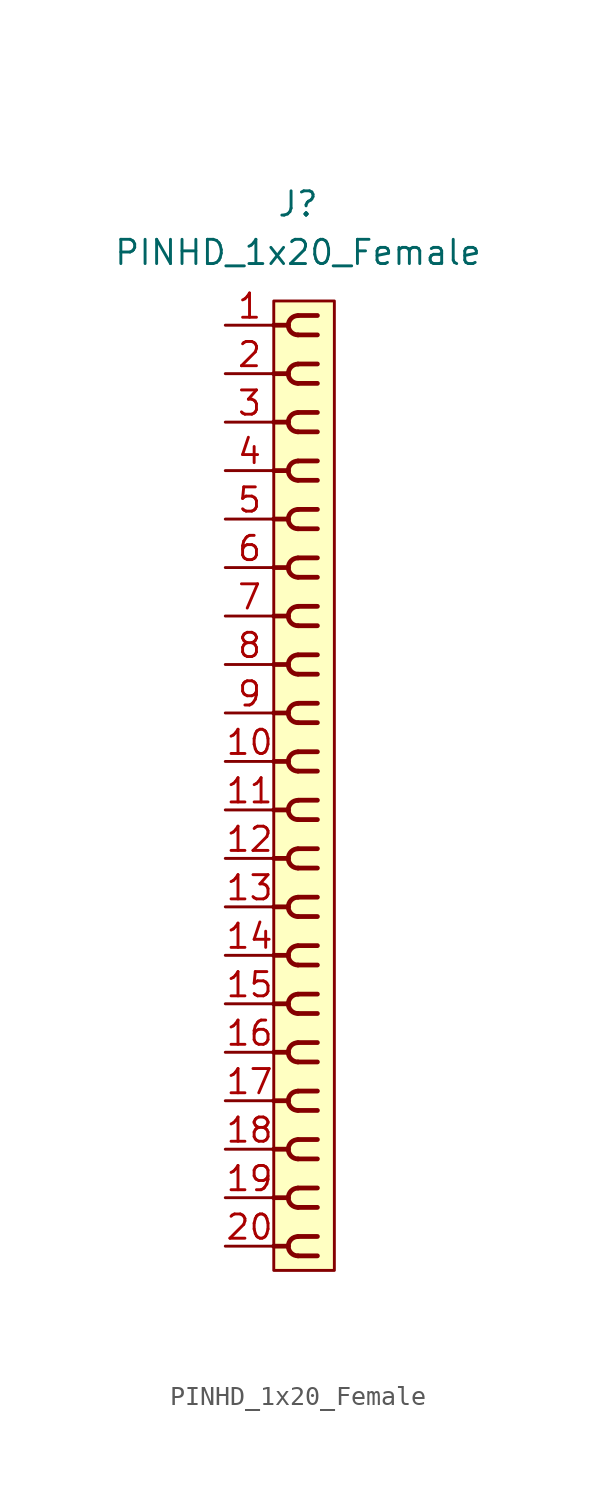
<source format=kicad_sym>
(kicad_symbol_lib
  (version 20220914)
  (generator kicad_symbol_editor)
  (symbol "PINHD_1x20_Female"
    (property "Reference" "J"
      (at 0 30.48 0)
      (effects (font (size 1.27 1.27))))
    (property "Value" "PINHD_1x20_Female"
      (at 0 27.94 0)
      (effects (font (size 1.27 1.27))))
    (symbol "PINHD_1x20_Female_0_1"
      (rectangle (start -1.27 25.4) (end 1.905 -25.4) (stroke (width 0) (type default)) (fill (type background)))
      (arc (start -0.508 -24.13) (mid -0.3592 -24.4892) (end 0 -24.638) (stroke (width 0.25) (type default)) (fill (type none)))
      (arc (start -0.508 -21.59) (mid -0.3592 -21.9492) (end 0 -22.098) (stroke (width 0.25) (type default)) (fill (type none)))
      (arc (start -0.508 -19.05) (mid -0.3592 -19.4092) (end 0 -19.558) (stroke (width 0.25) (type default)) (fill (type none)))
      (arc (start -0.508 -16.51) (mid -0.3592 -16.8692) (end 0 -17.018) (stroke (width 0.25) (type default)) (fill (type none)))
      (arc (start -0.508 -13.97) (mid -0.3592 -14.3292) (end 0 -14.478) (stroke (width 0.25) (type default)) (fill (type none)))
      (arc (start -0.508 -11.43) (mid -0.3592 -11.7892) (end 0 -11.938) (stroke (width 0.25) (type default)) (fill (type none)))
      (arc (start -0.508 -8.89) (mid -0.3592 -9.2492) (end 0 -9.398) (stroke (width 0.25) (type default)) (fill (type none)))
      (arc (start -0.508 -6.35) (mid -0.3592 -6.7092) (end 0 -6.858) (stroke (width 0.25) (type default)) (fill (type none)))
      (arc (start -0.508 -3.81) (mid -0.3592 -4.1692) (end 0 -4.318) (stroke (width 0.25) (type default)) (fill (type none)))
      (arc (start -0.508 -1.27) (mid -0.3592 -1.6292) (end 0 -1.778) (stroke (width 0.25) (type default)) (fill (type none)))
      (arc (start -0.508 1.27) (mid -0.3592 0.9108) (end 0 0.762) (stroke (width 0.25) (type default)) (fill (type none)))
      (arc (start -0.508 3.81) (mid -0.3592 3.4508) (end 0 3.302) (stroke (width 0.25) (type default)) (fill (type none)))
      (arc (start -0.508 6.35) (mid -0.3592 5.9908) (end 0 5.842) (stroke (width 0.25) (type default)) (fill (type none)))
      (arc (start -0.508 8.89) (mid -0.3592 8.5308) (end 0 8.382) (stroke (width 0.25) (type default)) (fill (type none)))
      (arc (start -0.508 11.43) (mid -0.3592 11.0708) (end 0 10.922) (stroke (width 0.25) (type default)) (fill (type none)))
      (arc (start -0.508 13.97) (mid -0.3592 13.6108) (end 0 13.462) (stroke (width 0.25) (type default)) (fill (type none)))
      (arc (start -0.508 16.51) (mid -0.3592 16.1508) (end 0 16.002) (stroke (width 0.25) (type default)) (fill (type none)))
      (arc (start -0.508 19.05) (mid -0.3592 18.6908) (end 0 18.542) (stroke (width 0.25) (type default)) (fill (type none)))
      (arc (start -0.508 21.59) (mid -0.3592 21.2308) (end 0 21.082) (stroke (width 0.25) (type default)) (fill (type none)))
      (arc (start -0.508 24.13) (mid -0.3592 23.7708) (end 0 23.622) (stroke (width 0.25) (type default)) (fill (type none)))
      (arc (start 0 -23.622) (mid -0.3592 -23.7708) (end -0.508 -24.13) (stroke (width 0.25) (type default)) (fill (type none)))
      (arc (start 0 -21.082) (mid -0.3592 -21.2308) (end -0.508 -21.59) (stroke (width 0.25) (type default)) (fill (type none)))
      (arc (start 0 -18.542) (mid -0.3592 -18.6908) (end -0.508 -19.05) (stroke (width 0.25) (type default)) (fill (type none)))
      (arc (start 0 -16.002) (mid -0.3592 -16.1508) (end -0.508 -16.51) (stroke (width 0.25) (type default)) (fill (type none)))
      (arc (start 0 -13.462) (mid -0.3592 -13.6108) (end -0.508 -13.97) (stroke (width 0.25) (type default)) (fill (type none)))
      (arc (start 0 -10.922) (mid -0.3592 -11.0708) (end -0.508 -11.43) (stroke (width 0.25) (type default)) (fill (type none)))
      (arc (start 0 -8.382) (mid -0.3592 -8.5308) (end -0.508 -8.89) (stroke (width 0.25) (type default)) (fill (type none)))
      (arc (start 0 -5.842) (mid -0.3592 -5.9908) (end -0.508 -6.35) (stroke (width 0.25) (type default)) (fill (type none)))
      (arc (start 0 -3.302) (mid -0.3592 -3.4508) (end -0.508 -3.81) (stroke (width 0.25) (type default)) (fill (type none)))
      (arc (start 0 -0.762) (mid -0.3592 -0.9108) (end -0.508 -1.27) (stroke (width 0.25) (type default)) (fill (type none)))
      (polyline (pts (xy -1.27 -24.13) (xy -0.508 -24.13)) (stroke (width 0.25) (type default)) (fill (type none)))
      (polyline (pts (xy -1.27 -21.59) (xy -0.508 -21.59)) (stroke (width 0.25) (type default)) (fill (type none)))
      (polyline (pts (xy -1.27 -19.05) (xy -0.508 -19.05)) (stroke (width 0.25) (type default)) (fill (type none)))
      (polyline (pts (xy -1.27 -16.51) (xy -0.508 -16.51)) (stroke (width 0.25) (type default)) (fill (type none)))
      (polyline (pts (xy -1.27 -13.97) (xy -0.508 -13.97)) (stroke (width 0.25) (type default)) (fill (type none)))
      (polyline (pts (xy -1.27 -11.43) (xy -0.508 -11.43)) (stroke (width 0.25) (type default)) (fill (type none)))
      (polyline (pts (xy -1.27 -8.89) (xy -0.508 -8.89)) (stroke (width 0.25) (type default)) (fill (type none)))
      (polyline (pts (xy -1.27 -6.35) (xy -0.508 -6.35)) (stroke (width 0.25) (type default)) (fill (type none)))
      (polyline (pts (xy -1.27 -3.81) (xy -0.508 -3.81)) (stroke (width 0.25) (type default)) (fill (type none)))
      (polyline (pts (xy -1.27 -1.27) (xy -0.508 -1.27)) (stroke (width 0.25) (type default)) (fill (type none)))
      (polyline (pts (xy -1.27 1.27) (xy -0.508 1.27)) (stroke (width 0.25) (type default)) (fill (type none)))
      (polyline (pts (xy -1.27 3.81) (xy -0.508 3.81)) (stroke (width 0.25) (type default)) (fill (type none)))
      (polyline (pts (xy -1.27 6.35) (xy -0.508 6.35)) (stroke (width 0.25) (type default)) (fill (type none)))
      (polyline (pts (xy -1.27 8.89) (xy -0.508 8.89)) (stroke (width 0.25) (type default)) (fill (type none)))
      (polyline (pts (xy -1.27 11.43) (xy -0.508 11.43)) (stroke (width 0.25) (type default)) (fill (type none)))
      (polyline (pts (xy -1.27 13.97) (xy -0.508 13.97)) (stroke (width 0.25) (type default)) (fill (type none)))
      (polyline (pts (xy -1.27 16.51) (xy -0.508 16.51)) (stroke (width 0.25) (type default)) (fill (type none)))
      (polyline (pts (xy -1.27 19.05) (xy -0.508 19.05)) (stroke (width 0.25) (type default)) (fill (type none)))
      (polyline (pts (xy -1.27 21.59) (xy -0.508 21.59)) (stroke (width 0.25) (type default)) (fill (type none)))
      (polyline (pts (xy -1.27 24.13) (xy -0.508 24.13)) (stroke (width 0.25) (type default)) (fill (type none)))
      (polyline (pts (xy 0 -24.638) (xy 1.016 -24.638)) (stroke (width 0.25) (type default)) (fill (type none)))
      (polyline (pts (xy 0 -23.622) (xy 1.016 -23.622)) (stroke (width 0.25) (type default)) (fill (type none)))
      (polyline (pts (xy 0 -22.098) (xy 1.016 -22.098)) (stroke (width 0.25) (type default)) (fill (type none)))
      (polyline (pts (xy 0 -21.082) (xy 1.016 -21.082)) (stroke (width 0.25) (type default)) (fill (type none)))
      (polyline (pts (xy 0 -19.558) (xy 1.016 -19.558)) (stroke (width 0.25) (type default)) (fill (type none)))
      (polyline (pts (xy 0 -18.542) (xy 1.016 -18.542)) (stroke (width 0.25) (type default)) (fill (type none)))
      (polyline (pts (xy 0 -17.018) (xy 1.016 -17.018)) (stroke (width 0.25) (type default)) (fill (type none)))
      (polyline (pts (xy 0 -16.002) (xy 1.016 -16.002)) (stroke (width 0.25) (type default)) (fill (type none)))
      (polyline (pts (xy 0 -14.478) (xy 1.016 -14.478)) (stroke (width 0.25) (type default)) (fill (type none)))
      (polyline (pts (xy 0 -13.462) (xy 1.016 -13.462)) (stroke (width 0.25) (type default)) (fill (type none)))
      (polyline (pts (xy 0 -11.938) (xy 1.016 -11.938)) (stroke (width 0.25) (type default)) (fill (type none)))
      (polyline (pts (xy 0 -10.922) (xy 1.016 -10.922)) (stroke (width 0.25) (type default)) (fill (type none)))
      (polyline (pts (xy 0 -9.398) (xy 1.016 -9.398)) (stroke (width 0.25) (type default)) (fill (type none)))
      (polyline (pts (xy 0 -8.382) (xy 1.016 -8.382)) (stroke (width 0.25) (type default)) (fill (type none)))
      (polyline (pts (xy 0 -6.858) (xy 1.016 -6.858)) (stroke (width 0.25) (type default)) (fill (type none)))
      (polyline (pts (xy 0 -5.842) (xy 1.016 -5.842)) (stroke (width 0.25) (type default)) (fill (type none)))
      (polyline (pts (xy 0 -4.318) (xy 1.016 -4.318)) (stroke (width 0.25) (type default)) (fill (type none)))
      (polyline (pts (xy 0 -3.302) (xy 1.016 -3.302)) (stroke (width 0.25) (type default)) (fill (type none)))
      (polyline (pts (xy 0 -1.778) (xy 1.016 -1.778)) (stroke (width 0.25) (type default)) (fill (type none)))
      (polyline (pts (xy 0 -0.762) (xy 1.016 -0.762)) (stroke (width 0.25) (type default)) (fill (type none)))
      (polyline (pts (xy 0 0.762) (xy 1.016 0.762)) (stroke (width 0.25) (type default)) (fill (type none)))
      (polyline (pts (xy 0 1.778) (xy 1.016 1.778)) (stroke (width 0.25) (type default)) (fill (type none)))
      (polyline (pts (xy 0 3.302) (xy 1.016 3.302)) (stroke (width 0.25) (type default)) (fill (type none)))
      (polyline (pts (xy 0 4.318) (xy 1.016 4.318)) (stroke (width 0.25) (type default)) (fill (type none)))
      (polyline (pts (xy 0 5.842) (xy 1.016 5.842)) (stroke (width 0.25) (type default)) (fill (type none)))
      (polyline (pts (xy 0 6.858) (xy 1.016 6.858)) (stroke (width 0.25) (type default)) (fill (type none)))
      (polyline (pts (xy 0 8.382) (xy 1.016 8.382)) (stroke (width 0.25) (type default)) (fill (type none)))
      (polyline (pts (xy 0 9.398) (xy 1.016 9.398)) (stroke (width 0.25) (type default)) (fill (type none)))
      (polyline (pts (xy 0 10.922) (xy 1.016 10.922)) (stroke (width 0.25) (type default)) (fill (type none)))
      (polyline (pts (xy 0 11.938) (xy 1.016 11.938)) (stroke (width 0.25) (type default)) (fill (type none)))
      (polyline (pts (xy 0 13.462) (xy 1.016 13.462)) (stroke (width 0.25) (type default)) (fill (type none)))
      (polyline (pts (xy 0 14.478) (xy 1.016 14.478)) (stroke (width 0.25) (type default)) (fill (type none)))
      (polyline (pts (xy 0 16.002) (xy 1.016 16.002)) (stroke (width 0.25) (type default)) (fill (type none)))
      (polyline (pts (xy 0 17.018) (xy 1.016 17.018)) (stroke (width 0.25) (type default)) (fill (type none)))
      (polyline (pts (xy 0 18.542) (xy 1.016 18.542)) (stroke (width 0.25) (type default)) (fill (type none)))
      (polyline (pts (xy 0 19.558) (xy 1.016 19.558)) (stroke (width 0.25) (type default)) (fill (type none)))
      (polyline (pts (xy 0 21.082) (xy 1.016 21.082)) (stroke (width 0.25) (type default)) (fill (type none)))
      (polyline (pts (xy 0 22.098) (xy 1.016 22.098)) (stroke (width 0.25) (type default)) (fill (type none)))
      (polyline (pts (xy 0 23.622) (xy 1.016 23.622)) (stroke (width 0.25) (type default)) (fill (type none)))
      (polyline (pts (xy 0 24.638) (xy 1.016 24.638)) (stroke (width 0.25) (type default)) (fill (type none)))
      (arc (start 0 1.778) (mid -0.3592 1.6292) (end -0.508 1.27) (stroke (width 0.25) (type default)) (fill (type none)))
      (arc (start 0 4.318) (mid -0.3592 4.1692) (end -0.508 3.81) (stroke (width 0.25) (type default)) (fill (type none)))
      (arc (start 0 6.858) (mid -0.3592 6.7092) (end -0.508 6.35) (stroke (width 0.25) (type default)) (fill (type none)))
      (arc (start 0 9.398) (mid -0.3592 9.2492) (end -0.508 8.89) (stroke (width 0.25) (type default)) (fill (type none)))
      (arc (start 0 11.938) (mid -0.3592 11.7892) (end -0.508 11.43) (stroke (width 0.25) (type default)) (fill (type none)))
      (arc (start 0 14.478) (mid -0.3592 14.3292) (end -0.508 13.97) (stroke (width 0.25) (type default)) (fill (type none)))
      (arc (start 0 17.018) (mid -0.3592 16.8692) (end -0.508 16.51) (stroke (width 0.25) (type default)) (fill (type none)))
      (arc (start 0 19.558) (mid -0.3592 19.4092) (end -0.508 19.05) (stroke (width 0.25) (type default)) (fill (type none)))
      (arc (start 0 22.098) (mid -0.3592 21.9492) (end -0.508 21.59) (stroke (width 0.25) (type default)) (fill (type none)))
      (arc (start 0 24.638) (mid -0.3592 24.4892) (end -0.508 24.13) (stroke (width 0.25) (type default)) (fill (type none))))
    (symbol "PINHD_1x20_Female_1_1"
      (pin passive line (at -3.81 24.13 0) (length 2.54) (name "" (effects (font (size 1.27 1.27)))) (number "1" (effects (font (size 1.27 1.27)))))
      (pin passive line (at -3.81 1.27 0) (length 2.54) (name "" (effects (font (size 1.27 1.27)))) (number "10" (effects (font (size 1.27 1.27)))))
      (pin passive line (at -3.81 -1.27 0) (length 2.54) (name "" (effects (font (size 1.27 1.27)))) (number "11" (effects (font (size 1.27 1.27)))))
      (pin passive line (at -3.81 -3.81 0) (length 2.54) (name "" (effects (font (size 1.27 1.27)))) (number "12" (effects (font (size 1.27 1.27)))))
      (pin passive line (at -3.81 -6.35 0) (length 2.54) (name "" (effects (font (size 1.27 1.27)))) (number "13" (effects (font (size 1.27 1.27)))))
      (pin passive line (at -3.81 -8.89 0) (length 2.54) (name "" (effects (font (size 1.27 1.27)))) (number "14" (effects (font (size 1.27 1.27)))))
      (pin passive line (at -3.81 -11.43 0) (length 2.54) (name "" (effects (font (size 1.27 1.27)))) (number "15" (effects (font (size 1.27 1.27)))))
      (pin passive line (at -3.81 -13.97 0) (length 2.54) (name "" (effects (font (size 1.27 1.27)))) (number "16" (effects (font (size 1.27 1.27)))))
      (pin passive line (at -3.81 -16.51 0) (length 2.54) (name "" (effects (font (size 1.27 1.27)))) (number "17" (effects (font (size 1.27 1.27)))))
      (pin passive line (at -3.81 -19.05 0) (length 2.54) (name "" (effects (font (size 1.27 1.27)))) (number "18" (effects (font (size 1.27 1.27)))))
      (pin passive line (at -3.81 -21.59 0) (length 2.54) (name "" (effects (font (size 1.27 1.27)))) (number "19" (effects (font (size 1.27 1.27)))))
      (pin passive line (at -3.81 21.59 0) (length 2.54) (name "" (effects (font (size 1.27 1.27)))) (number "2" (effects (font (size 1.27 1.27)))))
      (pin passive line (at -3.81 -24.13 0) (length 2.54) (name "" (effects (font (size 1.27 1.27)))) (number "20" (effects (font (size 1.27 1.27)))))
      (pin passive line (at -3.81 19.05 0) (length 2.54) (name "" (effects (font (size 1.27 1.27)))) (number "3" (effects (font (size 1.27 1.27)))))
      (pin passive line (at -3.81 16.51 0) (length 2.54) (name "" (effects (font (size 1.27 1.27)))) (number "4" (effects (font (size 1.27 1.27)))))
      (pin passive line (at -3.81 13.97 0) (length 2.54) (name "" (effects (font (size 1.27 1.27)))) (number "5" (effects (font (size 1.27 1.27)))))
      (pin passive line (at -3.81 11.43 0) (length 2.54) (name "" (effects (font (size 1.27 1.27)))) (number "6" (effects (font (size 1.27 1.27)))))
      (pin passive line (at -3.81 8.89 0) (length 2.54) (name "" (effects (font (size 1.27 1.27)))) (number "7" (effects (font (size 1.27 1.27)))))
      (pin passive line (at -3.81 6.35 0) (length 2.54) (name "" (effects (font (size 1.27 1.27)))) (number "8" (effects (font (size 1.27 1.27)))))
      (pin passive line (at -3.81 3.81 0) (length 2.54) (name "" (effects (font (size 1.27 1.27)))) (number "9" (effects (font (size 1.27 1.27))))))))
</source>
